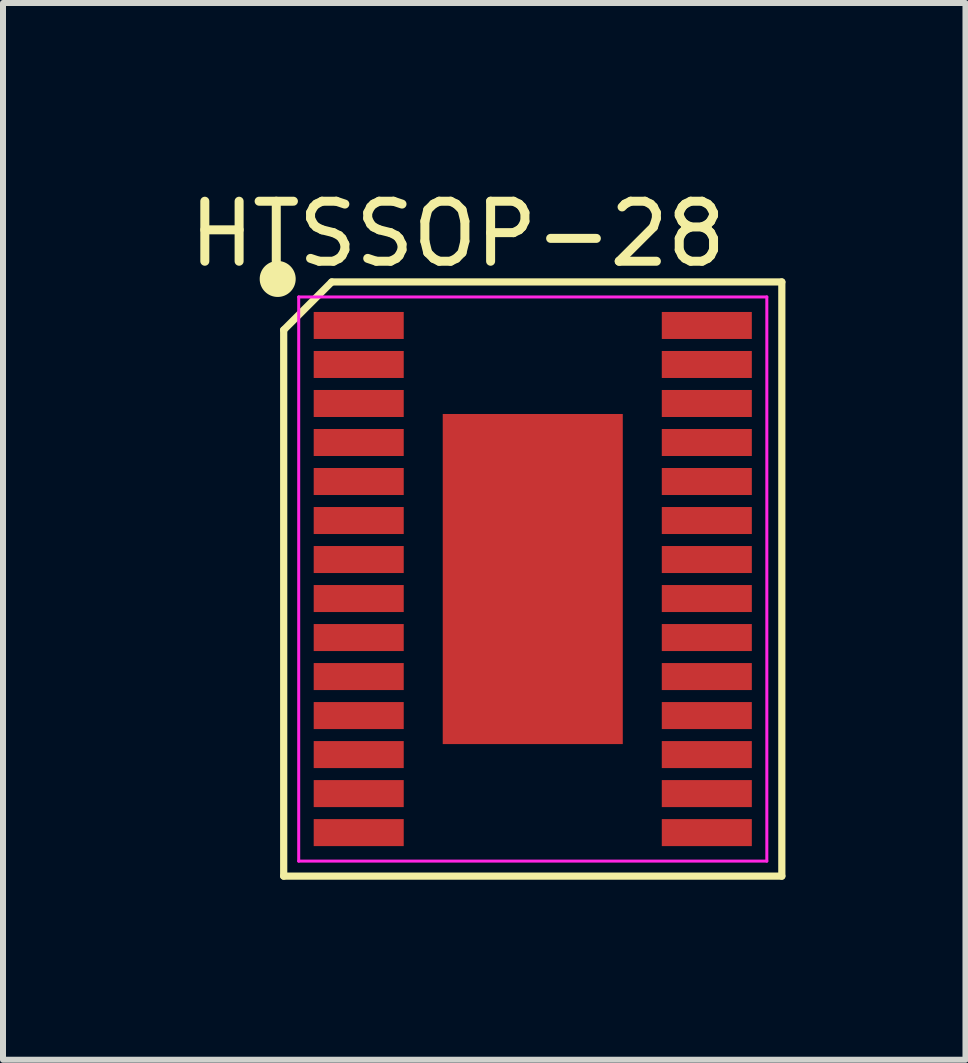
<source format=kicad_pcb>
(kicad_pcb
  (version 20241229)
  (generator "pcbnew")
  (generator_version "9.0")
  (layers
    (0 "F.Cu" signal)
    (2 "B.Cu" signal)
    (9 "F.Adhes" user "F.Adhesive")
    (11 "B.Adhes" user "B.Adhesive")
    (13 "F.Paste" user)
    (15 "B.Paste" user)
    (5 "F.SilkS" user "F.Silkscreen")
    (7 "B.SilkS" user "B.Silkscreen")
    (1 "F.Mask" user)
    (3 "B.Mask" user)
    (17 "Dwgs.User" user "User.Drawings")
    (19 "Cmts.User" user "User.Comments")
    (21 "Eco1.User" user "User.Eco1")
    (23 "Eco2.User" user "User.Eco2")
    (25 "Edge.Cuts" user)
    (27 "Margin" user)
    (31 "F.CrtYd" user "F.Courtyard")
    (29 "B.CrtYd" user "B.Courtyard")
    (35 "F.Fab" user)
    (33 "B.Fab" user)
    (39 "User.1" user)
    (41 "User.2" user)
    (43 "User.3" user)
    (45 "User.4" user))
  (footprint "HTSSOP-28"
    (layer "F.Cu")
    (at 5.827 6.598)
    (property "Reference" "HTSSOP-28" (at -1.25 -5.75 0) (layer "F.SilkS") (effects (font (size 1 1) (thickness 0.15))))
    (attr smd)
    (fp_line (start -4.15 -4.15) (end -3.35 -4.95) (stroke (width 0.12) (type default)) (layer "F.SilkS"))
    (fp_line (start -4.15 4.95) (end -4.15 -4.15) (stroke (width 0.12) (type default)) (layer "F.SilkS"))
    (fp_line (start -3.35 -4.95) (end 4.15 -4.95) (stroke (width 0.12) (type default)) (layer "F.SilkS"))
    (fp_line (start 4.15 -4.95) (end 4.15 4.95) (stroke (width 0.12) (type default)) (layer "F.SilkS"))
    (fp_line (start 4.15 4.95) (end -4.15 4.95) (stroke (width 0.12) (type default)) (layer "F.SilkS"))
    (fp_circle (center -4.25 -5) (end -4 -5) (stroke (width 0.1) (type solid)) (fill yes) (layer "F.SilkS"))
    (fp_line (start -3.9 -4.7) (end 3.9 -4.7) (stroke (width 0.05) (type default)) (layer "F.CrtYd"))
    (fp_line (start -3.9 4.7) (end -3.9 -4.7) (stroke (width 0.05) (type default)) (layer "F.CrtYd"))
    (fp_line (start 3.9 -4.7) (end 3.9 4.7) (stroke (width 0.05) (type default)) (layer "F.CrtYd"))
    (fp_line (start 3.9 4.7) (end -3.9 4.7) (stroke (width 0.05) (type default)) (layer "F.CrtYd"))
    (pad "1" smd rect (at -2.9 -4.225 270) (size 0.45 1.5) (layers "F.Cu" "F.Mask" "F.Paste"))
    (pad "2" smd rect (at -2.9 -3.575 270) (size 0.45 1.5) (layers "F.Cu" "F.Mask" "F.Paste"))
    (pad "3" smd rect (at -2.9 -2.925 270) (size 0.45 1.5) (layers "F.Cu" "F.Mask" "F.Paste"))
    (pad "4" smd rect (at -2.9 -2.275 270) (size 0.45 1.5) (layers "F.Cu" "F.Mask" "F.Paste"))
    (pad "5" smd rect (at -2.9 -1.625 270) (size 0.45 1.5) (layers "F.Cu" "F.Mask" "F.Paste"))
    (pad "6" smd rect (at -2.9 -0.975 270) (size 0.45 1.5) (layers "F.Cu" "F.Mask" "F.Paste"))
    (pad "7" smd rect (at -2.9 -0.325 270) (size 0.45 1.5) (layers "F.Cu" "F.Mask" "F.Paste"))
    (pad "8" smd rect (at -2.9 0.325 270) (size 0.45 1.5) (layers "F.Cu" "F.Mask" "F.Paste"))
    (pad "9" smd rect (at -2.9 0.975 270) (size 0.45 1.5) (layers "F.Cu" "F.Mask" "F.Paste"))
    (pad "10" smd rect (at -2.9 1.625 270) (size 0.45 1.5) (layers "F.Cu" "F.Mask" "F.Paste"))
    (pad "10" smd rect (at 0 0) (size 3 5.5) (property pad_prop_heatsink) (layers "F.Cu" "F.Mask" "F.Paste"))
    (pad "11" smd rect (at -2.9 2.275 270) (size 0.45 1.5) (layers "F.Cu" "F.Mask" "F.Paste"))
    (pad "12" smd rect (at -2.9 2.925 270) (size 0.45 1.5) (layers "F.Cu" "F.Mask" "F.Paste"))
    (pad "13" smd rect (at -2.9 3.575 270) (size 0.45 1.5) (layers "F.Cu" "F.Mask" "F.Paste"))
    (pad "14" smd rect (at -2.9 4.225 270) (size 0.45 1.5) (layers "F.Cu" "F.Mask" "F.Paste"))
    (pad "15" smd rect (at 2.9 4.225 270) (size 0.45 1.5) (layers "F.Cu" "F.Mask" "F.Paste"))
    (pad "16" smd rect (at 2.9 3.575 270) (size 0.45 1.5) (layers "F.Cu" "F.Mask" "F.Paste"))
    (pad "17" smd rect (at 2.9 2.925 270) (size 0.45 1.5) (layers "F.Cu" "F.Mask" "F.Paste"))
    (pad "18" smd rect (at 2.9 2.275 270) (size 0.45 1.5) (layers "F.Cu" "F.Mask" "F.Paste"))
    (pad "19" smd rect (at 2.9 1.625 270) (size 0.45 1.5) (layers "F.Cu" "F.Mask" "F.Paste"))
    (pad "20" smd rect (at 2.9 0.975 270) (size 0.45 1.5) (layers "F.Cu" "F.Mask" "F.Paste"))
    (pad "21" smd rect (at 2.9 0.325 270) (size 0.45 1.5) (layers "F.Cu" "F.Mask" "F.Paste"))
    (pad "22" smd rect (at 2.9 -0.325 270) (size 0.45 1.5) (layers "F.Cu" "F.Mask" "F.Paste"))
    (pad "23" smd rect (at 2.9 -0.975 270) (size 0.45 1.5) (layers "F.Cu" "F.Mask" "F.Paste"))
    (pad "24" smd rect (at 2.9 -1.625 270) (size 0.45 1.5) (layers "F.Cu" "F.Mask" "F.Paste"))
    (pad "25" smd rect (at 2.9 -2.275 270) (size 0.45 1.5) (layers "F.Cu" "F.Mask" "F.Paste"))
    (pad "26" smd rect (at 2.9 -2.925 270) (size 0.45 1.5) (layers "F.Cu" "F.Mask" "F.Paste"))
    (pad "27" smd rect (at 2.9 -3.575 270) (size 0.45 1.5) (layers "F.Cu" "F.Mask" "F.Paste"))
    (pad "28" smd rect (at 2.9 -4.225 270) (size 0.45 1.5) (layers "F.Cu" "F.Mask" "F.Paste")))
  (gr_rect
    (start -3 -3)
    (end 13.037 14.608)
    (stroke (width 0.1) (type default))
    (fill no)
    (layer "Edge.Cuts")))
</source>
